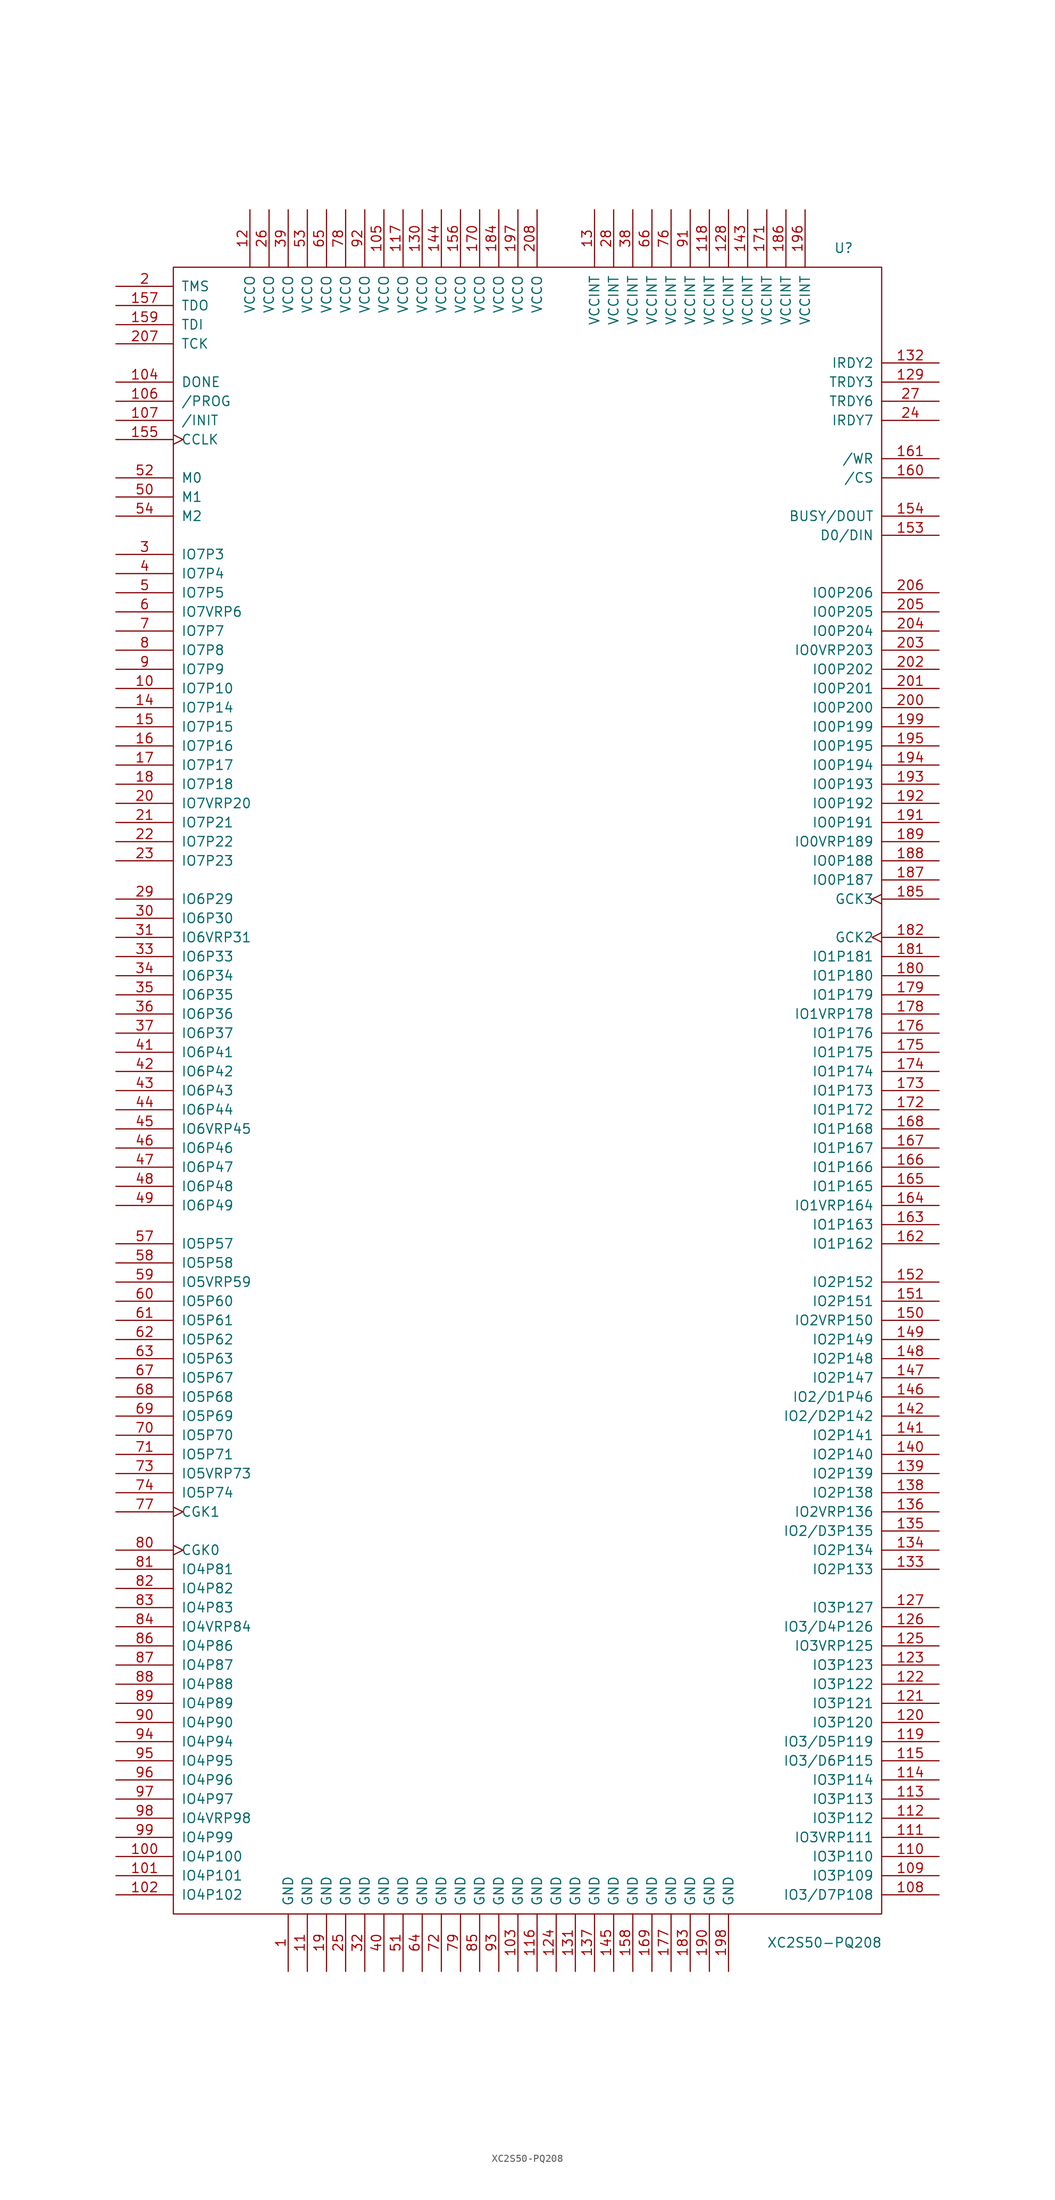
<source format=kicad_sym>
(kicad_symbol_lib
  (version 20211014)
  (generator kicad_symbol_editor)
  (symbol "XC2S50-PQ208"
    (pin_names
      (offset 1.016))
    (property "Reference" "U"
      (at 40.64 111.76 0)
      (effects (font (size 1.27 1.27)) (justify left)))
    (property "Value" "XC2S50-PQ208"
      (at 31.75 -113.03 0)
      (effects (font (size 1.27 1.27)) (justify left)))
    (symbol "XC2S50-PQ208_0_1"
      (rectangle (start -46.99 109.22) (end 46.99 -109.22) (stroke (width 0) (type default) (color 0 0 0 0)) (fill (type none))))
    (symbol "XC2S50-PQ208_1_1"
      (pin passive line (at -31.75 -116.84 90) (length 7.62) (name "GND" (effects (font (size 1.27 1.27)))) (number "1" (effects (font (size 1.27 1.27)))))
      (pin bidirectional line (at -54.61 53.34 0) (length 7.62) (name "IO7P10" (effects (font (size 1.27 1.27)))) (number "10" (effects (font (size 1.27 1.27)))))
      (pin bidirectional line (at -54.61 -101.6 0) (length 7.62) (name "IO4P100" (effects (font (size 1.27 1.27)))) (number "100" (effects (font (size 1.27 1.27)))))
      (pin bidirectional line (at -54.61 -104.14 0) (length 7.62) (name "IO4P101" (effects (font (size 1.27 1.27)))) (number "101" (effects (font (size 1.27 1.27)))))
      (pin bidirectional line (at -54.61 -106.68 0) (length 7.62) (name "IO4P102" (effects (font (size 1.27 1.27)))) (number "102" (effects (font (size 1.27 1.27)))))
      (pin passive line (at -1.27 -116.84 90) (length 7.62) (name "GND" (effects (font (size 1.27 1.27)))) (number "103" (effects (font (size 1.27 1.27)))))
      (pin bidirectional line (at -54.61 93.98 0) (length 7.62) (name "DONE" (effects (font (size 1.27 1.27)))) (number "104" (effects (font (size 1.27 1.27)))))
      (pin passive line (at -19.05 116.84 270) (length 7.62) (name "VCCO" (effects (font (size 1.27 1.27)))) (number "105" (effects (font (size 1.27 1.27)))))
      (pin input line (at -54.61 91.44 0) (length 7.62) (name "/PROG" (effects (font (size 1.27 1.27)))) (number "106" (effects (font (size 1.27 1.27)))))
      (pin bidirectional line (at -54.61 88.9 0) (length 7.62) (name "/INIT" (effects (font (size 1.27 1.27)))) (number "107" (effects (font (size 1.27 1.27)))))
      (pin bidirectional line (at 54.61 -106.68 180) (length 7.62) (name "IO3/D7P108" (effects (font (size 1.27 1.27)))) (number "108" (effects (font (size 1.27 1.27)))))
      (pin bidirectional line (at 54.61 -104.14 180) (length 7.62) (name "IO3P109" (effects (font (size 1.27 1.27)))) (number "109" (effects (font (size 1.27 1.27)))))
      (pin passive line (at -29.21 -116.84 90) (length 7.62) (name "GND" (effects (font (size 1.27 1.27)))) (number "11" (effects (font (size 1.27 1.27)))))
      (pin bidirectional line (at 54.61 -101.6 180) (length 7.62) (name "IO3P110" (effects (font (size 1.27 1.27)))) (number "110" (effects (font (size 1.27 1.27)))))
      (pin bidirectional line (at 54.61 -99.06 180) (length 7.62) (name "IO3VRP111" (effects (font (size 1.27 1.27)))) (number "111" (effects (font (size 1.27 1.27)))))
      (pin bidirectional line (at 54.61 -96.52 180) (length 7.62) (name "IO3P112" (effects (font (size 1.27 1.27)))) (number "112" (effects (font (size 1.27 1.27)))))
      (pin bidirectional line (at 54.61 -93.98 180) (length 7.62) (name "IO3P113" (effects (font (size 1.27 1.27)))) (number "113" (effects (font (size 1.27 1.27)))))
      (pin bidirectional line (at 54.61 -91.44 180) (length 7.62) (name "IO3P114" (effects (font (size 1.27 1.27)))) (number "114" (effects (font (size 1.27 1.27)))))
      (pin bidirectional line (at 54.61 -88.9 180) (length 7.62) (name "IO3/D6P115" (effects (font (size 1.27 1.27)))) (number "115" (effects (font (size 1.27 1.27)))))
      (pin passive line (at 1.27 -116.84 90) (length 7.62) (name "GND" (effects (font (size 1.27 1.27)))) (number "116" (effects (font (size 1.27 1.27)))))
      (pin passive line (at -16.51 116.84 270) (length 7.62) (name "VCCO" (effects (font (size 1.27 1.27)))) (number "117" (effects (font (size 1.27 1.27)))))
      (pin passive line (at 24.13 116.84 270) (length 7.62) (name "VCCINT" (effects (font (size 1.27 1.27)))) (number "118" (effects (font (size 1.27 1.27)))))
      (pin bidirectional line (at 54.61 -86.36 180) (length 7.62) (name "IO3/D5P119" (effects (font (size 1.27 1.27)))) (number "119" (effects (font (size 1.27 1.27)))))
      (pin passive line (at -36.83 116.84 270) (length 7.62) (name "VCCO" (effects (font (size 1.27 1.27)))) (number "12" (effects (font (size 1.27 1.27)))))
      (pin bidirectional line (at 54.61 -83.82 180) (length 7.62) (name "IO3P120" (effects (font (size 1.27 1.27)))) (number "120" (effects (font (size 1.27 1.27)))))
      (pin bidirectional line (at 54.61 -81.28 180) (length 7.62) (name "IO3P121" (effects (font (size 1.27 1.27)))) (number "121" (effects (font (size 1.27 1.27)))))
      (pin bidirectional line (at 54.61 -78.74 180) (length 7.62) (name "IO3P122" (effects (font (size 1.27 1.27)))) (number "122" (effects (font (size 1.27 1.27)))))
      (pin bidirectional line (at 54.61 -76.2 180) (length 7.62) (name "IO3P123" (effects (font (size 1.27 1.27)))) (number "123" (effects (font (size 1.27 1.27)))))
      (pin passive line (at 3.81 -116.84 90) (length 7.62) (name "GND" (effects (font (size 1.27 1.27)))) (number "124" (effects (font (size 1.27 1.27)))))
      (pin bidirectional line (at 54.61 -73.66 180) (length 7.62) (name "IO3VRP125" (effects (font (size 1.27 1.27)))) (number "125" (effects (font (size 1.27 1.27)))))
      (pin bidirectional line (at 54.61 -71.12 180) (length 7.62) (name "IO3/D4P126" (effects (font (size 1.27 1.27)))) (number "126" (effects (font (size 1.27 1.27)))))
      (pin bidirectional line (at 54.61 -68.58 180) (length 7.62) (name "IO3P127" (effects (font (size 1.27 1.27)))) (number "127" (effects (font (size 1.27 1.27)))))
      (pin passive line (at 26.67 116.84 270) (length 7.62) (name "VCCINT" (effects (font (size 1.27 1.27)))) (number "128" (effects (font (size 1.27 1.27)))))
      (pin bidirectional line (at 54.61 93.98 180) (length 7.62) (name "TRDY3" (effects (font (size 1.27 1.27)))) (number "129" (effects (font (size 1.27 1.27)))))
      (pin passive line (at 8.89 116.84 270) (length 7.62) (name "VCCINT" (effects (font (size 1.27 1.27)))) (number "13" (effects (font (size 1.27 1.27)))))
      (pin passive line (at -13.97 116.84 270) (length 7.62) (name "VCCO" (effects (font (size 1.27 1.27)))) (number "130" (effects (font (size 1.27 1.27)))))
      (pin passive line (at 6.35 -116.84 90) (length 7.62) (name "GND" (effects (font (size 1.27 1.27)))) (number "131" (effects (font (size 1.27 1.27)))))
      (pin bidirectional line (at 54.61 96.52 180) (length 7.62) (name "IRDY2" (effects (font (size 1.27 1.27)))) (number "132" (effects (font (size 1.27 1.27)))))
      (pin bidirectional line (at 54.61 -63.5 180) (length 7.62) (name "IO2P133" (effects (font (size 1.27 1.27)))) (number "133" (effects (font (size 1.27 1.27)))))
      (pin bidirectional line (at 54.61 -60.96 180) (length 7.62) (name "IO2P134" (effects (font (size 1.27 1.27)))) (number "134" (effects (font (size 1.27 1.27)))))
      (pin bidirectional line (at 54.61 -58.42 180) (length 7.62) (name "IO2/D3P135" (effects (font (size 1.27 1.27)))) (number "135" (effects (font (size 1.27 1.27)))))
      (pin bidirectional line (at 54.61 -55.88 180) (length 7.62) (name "IO2VRP136" (effects (font (size 1.27 1.27)))) (number "136" (effects (font (size 1.27 1.27)))))
      (pin passive line (at 8.89 -116.84 90) (length 7.62) (name "GND" (effects (font (size 1.27 1.27)))) (number "137" (effects (font (size 1.27 1.27)))))
      (pin bidirectional line (at 54.61 -53.34 180) (length 7.62) (name "IO2P138" (effects (font (size 1.27 1.27)))) (number "138" (effects (font (size 1.27 1.27)))))
      (pin bidirectional line (at 54.61 -50.8 180) (length 7.62) (name "IO2P139" (effects (font (size 1.27 1.27)))) (number "139" (effects (font (size 1.27 1.27)))))
      (pin bidirectional line (at -54.61 50.8 0) (length 7.62) (name "IO7P14" (effects (font (size 1.27 1.27)))) (number "14" (effects (font (size 1.27 1.27)))))
      (pin bidirectional line (at 54.61 -48.26 180) (length 7.62) (name "IO2P140" (effects (font (size 1.27 1.27)))) (number "140" (effects (font (size 1.27 1.27)))))
      (pin bidirectional line (at 54.61 -45.72 180) (length 7.62) (name "IO2P141" (effects (font (size 1.27 1.27)))) (number "141" (effects (font (size 1.27 1.27)))))
      (pin bidirectional line (at 54.61 -43.18 180) (length 7.62) (name "IO2/D2P142" (effects (font (size 1.27 1.27)))) (number "142" (effects (font (size 1.27 1.27)))))
      (pin passive line (at 29.21 116.84 270) (length 7.62) (name "VCCINT" (effects (font (size 1.27 1.27)))) (number "143" (effects (font (size 1.27 1.27)))))
      (pin passive line (at -11.43 116.84 270) (length 7.62) (name "VCCO" (effects (font (size 1.27 1.27)))) (number "144" (effects (font (size 1.27 1.27)))))
      (pin passive line (at 11.43 -116.84 90) (length 7.62) (name "GND" (effects (font (size 1.27 1.27)))) (number "145" (effects (font (size 1.27 1.27)))))
      (pin bidirectional line (at 54.61 -40.64 180) (length 7.62) (name "IO2/D1P46" (effects (font (size 1.27 1.27)))) (number "146" (effects (font (size 1.27 1.27)))))
      (pin bidirectional line (at 54.61 -38.1 180) (length 7.62) (name "IO2P147" (effects (font (size 1.27 1.27)))) (number "147" (effects (font (size 1.27 1.27)))))
      (pin bidirectional line (at 54.61 -35.56 180) (length 7.62) (name "IO2P148" (effects (font (size 1.27 1.27)))) (number "148" (effects (font (size 1.27 1.27)))))
      (pin bidirectional line (at 54.61 -33.02 180) (length 7.62) (name "IO2P149" (effects (font (size 1.27 1.27)))) (number "149" (effects (font (size 1.27 1.27)))))
      (pin bidirectional line (at -54.61 48.26 0) (length 7.62) (name "IO7P15" (effects (font (size 1.27 1.27)))) (number "15" (effects (font (size 1.27 1.27)))))
      (pin bidirectional line (at 54.61 -30.48 180) (length 7.62) (name "IO2VRP150" (effects (font (size 1.27 1.27)))) (number "150" (effects (font (size 1.27 1.27)))))
      (pin bidirectional line (at 54.61 -27.94 180) (length 7.62) (name "IO2P151" (effects (font (size 1.27 1.27)))) (number "151" (effects (font (size 1.27 1.27)))))
      (pin bidirectional line (at 54.61 -25.4 180) (length 7.62) (name "IO2P152" (effects (font (size 1.27 1.27)))) (number "152" (effects (font (size 1.27 1.27)))))
      (pin bidirectional line (at 54.61 73.66 180) (length 7.62) (name "D0/DIN" (effects (font (size 1.27 1.27)))) (number "153" (effects (font (size 1.27 1.27)))))
      (pin bidirectional line (at 54.61 76.2 180) (length 7.62) (name "BUSY/DOUT" (effects (font (size 1.27 1.27)))) (number "154" (effects (font (size 1.27 1.27)))))
      (pin bidirectional clock (at -54.61 86.36 0) (length 7.62) (name "CCLK" (effects (font (size 1.27 1.27)))) (number "155" (effects (font (size 1.27 1.27)))))
      (pin passive line (at -8.89 116.84 270) (length 7.62) (name "VCCO" (effects (font (size 1.27 1.27)))) (number "156" (effects (font (size 1.27 1.27)))))
      (pin bidirectional line (at -54.61 104.14 0) (length 7.62) (name "TDO" (effects (font (size 1.27 1.27)))) (number "157" (effects (font (size 1.27 1.27)))))
      (pin passive line (at 13.97 -116.84 90) (length 7.62) (name "GND" (effects (font (size 1.27 1.27)))) (number "158" (effects (font (size 1.27 1.27)))))
      (pin bidirectional line (at -54.61 101.6 0) (length 7.62) (name "TDI" (effects (font (size 1.27 1.27)))) (number "159" (effects (font (size 1.27 1.27)))))
      (pin bidirectional line (at -54.61 45.72 0) (length 7.62) (name "IO7P16" (effects (font (size 1.27 1.27)))) (number "16" (effects (font (size 1.27 1.27)))))
      (pin bidirectional line (at 54.61 81.28 180) (length 7.62) (name "/CS" (effects (font (size 1.27 1.27)))) (number "160" (effects (font (size 1.27 1.27)))))
      (pin bidirectional line (at 54.61 83.82 180) (length 7.62) (name "/WR" (effects (font (size 1.27 1.27)))) (number "161" (effects (font (size 1.27 1.27)))))
      (pin bidirectional line (at 54.61 -20.32 180) (length 7.62) (name "IO1P162" (effects (font (size 1.27 1.27)))) (number "162" (effects (font (size 1.27 1.27)))))
      (pin bidirectional line (at 54.61 -17.78 180) (length 7.62) (name "IO1P163" (effects (font (size 1.27 1.27)))) (number "163" (effects (font (size 1.27 1.27)))))
      (pin bidirectional line (at 54.61 -15.24 180) (length 7.62) (name "IO1VRP164" (effects (font (size 1.27 1.27)))) (number "164" (effects (font (size 1.27 1.27)))))
      (pin bidirectional line (at 54.61 -12.7 180) (length 7.62) (name "IO1P165" (effects (font (size 1.27 1.27)))) (number "165" (effects (font (size 1.27 1.27)))))
      (pin bidirectional line (at 54.61 -10.16 180) (length 7.62) (name "IO1P166" (effects (font (size 1.27 1.27)))) (number "166" (effects (font (size 1.27 1.27)))))
      (pin bidirectional line (at 54.61 -7.62 180) (length 7.62) (name "IO1P167" (effects (font (size 1.27 1.27)))) (number "167" (effects (font (size 1.27 1.27)))))
      (pin bidirectional line (at 54.61 -5.08 180) (length 7.62) (name "IO1P168" (effects (font (size 1.27 1.27)))) (number "168" (effects (font (size 1.27 1.27)))))
      (pin passive line (at 16.51 -116.84 90) (length 7.62) (name "GND" (effects (font (size 1.27 1.27)))) (number "169" (effects (font (size 1.27 1.27)))))
      (pin bidirectional line (at -54.61 43.18 0) (length 7.62) (name "IO7P17" (effects (font (size 1.27 1.27)))) (number "17" (effects (font (size 1.27 1.27)))))
      (pin passive line (at -6.35 116.84 270) (length 7.62) (name "VCCO" (effects (font (size 1.27 1.27)))) (number "170" (effects (font (size 1.27 1.27)))))
      (pin passive line (at 31.75 116.84 270) (length 7.62) (name "VCCINT" (effects (font (size 1.27 1.27)))) (number "171" (effects (font (size 1.27 1.27)))))
      (pin bidirectional line (at 54.61 -2.54 180) (length 7.62) (name "IO1P172" (effects (font (size 1.27 1.27)))) (number "172" (effects (font (size 1.27 1.27)))))
      (pin bidirectional line (at 54.61 0 180) (length 7.62) (name "IO1P173" (effects (font (size 1.27 1.27)))) (number "173" (effects (font (size 1.27 1.27)))))
      (pin bidirectional line (at 54.61 2.54 180) (length 7.62) (name "IO1P174" (effects (font (size 1.27 1.27)))) (number "174" (effects (font (size 1.27 1.27)))))
      (pin bidirectional line (at 54.61 5.08 180) (length 7.62) (name "IO1P175" (effects (font (size 1.27 1.27)))) (number "175" (effects (font (size 1.27 1.27)))))
      (pin bidirectional line (at 54.61 7.62 180) (length 7.62) (name "IO1P176" (effects (font (size 1.27 1.27)))) (number "176" (effects (font (size 1.27 1.27)))))
      (pin passive line (at 19.05 -116.84 90) (length 7.62) (name "GND" (effects (font (size 1.27 1.27)))) (number "177" (effects (font (size 1.27 1.27)))))
      (pin bidirectional line (at 54.61 10.16 180) (length 7.62) (name "IO1VRP178" (effects (font (size 1.27 1.27)))) (number "178" (effects (font (size 1.27 1.27)))))
      (pin bidirectional line (at 54.61 12.7 180) (length 7.62) (name "IO1P179" (effects (font (size 1.27 1.27)))) (number "179" (effects (font (size 1.27 1.27)))))
      (pin bidirectional line (at -54.61 40.64 0) (length 7.62) (name "IO7P18" (effects (font (size 1.27 1.27)))) (number "18" (effects (font (size 1.27 1.27)))))
      (pin bidirectional line (at 54.61 15.24 180) (length 7.62) (name "IO1P180" (effects (font (size 1.27 1.27)))) (number "180" (effects (font (size 1.27 1.27)))))
      (pin bidirectional line (at 54.61 17.78 180) (length 7.62) (name "IO1P181" (effects (font (size 1.27 1.27)))) (number "181" (effects (font (size 1.27 1.27)))))
      (pin input clock (at 54.61 20.32 180) (length 7.62) (name "GCK2" (effects (font (size 1.27 1.27)))) (number "182" (effects (font (size 1.27 1.27)))))
      (pin passive line (at 21.59 -116.84 90) (length 7.62) (name "GND" (effects (font (size 1.27 1.27)))) (number "183" (effects (font (size 1.27 1.27)))))
      (pin passive line (at -3.81 116.84 270) (length 7.62) (name "VCCO" (effects (font (size 1.27 1.27)))) (number "184" (effects (font (size 1.27 1.27)))))
      (pin input clock (at 54.61 25.4 180) (length 7.62) (name "GCK3" (effects (font (size 1.27 1.27)))) (number "185" (effects (font (size 1.27 1.27)))))
      (pin passive line (at 34.29 116.84 270) (length 7.62) (name "VCCINT" (effects (font (size 1.27 1.27)))) (number "186" (effects (font (size 1.27 1.27)))))
      (pin bidirectional line (at 54.61 27.94 180) (length 7.62) (name "IO0P187" (effects (font (size 1.27 1.27)))) (number "187" (effects (font (size 1.27 1.27)))))
      (pin bidirectional line (at 54.61 30.48 180) (length 7.62) (name "IO0P188" (effects (font (size 1.27 1.27)))) (number "188" (effects (font (size 1.27 1.27)))))
      (pin bidirectional line (at 54.61 33.02 180) (length 7.62) (name "IO0VRP189" (effects (font (size 1.27 1.27)))) (number "189" (effects (font (size 1.27 1.27)))))
      (pin passive line (at -26.67 -116.84 90) (length 7.62) (name "GND" (effects (font (size 1.27 1.27)))) (number "19" (effects (font (size 1.27 1.27)))))
      (pin passive line (at 24.13 -116.84 90) (length 7.62) (name "GND" (effects (font (size 1.27 1.27)))) (number "190" (effects (font (size 1.27 1.27)))))
      (pin bidirectional line (at 54.61 35.56 180) (length 7.62) (name "IO0P191" (effects (font (size 1.27 1.27)))) (number "191" (effects (font (size 1.27 1.27)))))
      (pin bidirectional line (at 54.61 38.1 180) (length 7.62) (name "IO0P192" (effects (font (size 1.27 1.27)))) (number "192" (effects (font (size 1.27 1.27)))))
      (pin bidirectional line (at 54.61 40.64 180) (length 7.62) (name "IO0P193" (effects (font (size 1.27 1.27)))) (number "193" (effects (font (size 1.27 1.27)))))
      (pin bidirectional line (at 54.61 43.18 180) (length 7.62) (name "IO0P194" (effects (font (size 1.27 1.27)))) (number "194" (effects (font (size 1.27 1.27)))))
      (pin bidirectional line (at 54.61 45.72 180) (length 7.62) (name "IO0P195" (effects (font (size 1.27 1.27)))) (number "195" (effects (font (size 1.27 1.27)))))
      (pin passive line (at 36.83 116.84 270) (length 7.62) (name "VCCINT" (effects (font (size 1.27 1.27)))) (number "196" (effects (font (size 1.27 1.27)))))
      (pin passive line (at -1.27 116.84 270) (length 7.62) (name "VCCO" (effects (font (size 1.27 1.27)))) (number "197" (effects (font (size 1.27 1.27)))))
      (pin passive line (at 26.67 -116.84 90) (length 7.62) (name "GND" (effects (font (size 1.27 1.27)))) (number "198" (effects (font (size 1.27 1.27)))))
      (pin bidirectional line (at 54.61 48.26 180) (length 7.62) (name "IO0P199" (effects (font (size 1.27 1.27)))) (number "199" (effects (font (size 1.27 1.27)))))
      (pin bidirectional line (at -54.61 106.68 0) (length 7.62) (name "TMS" (effects (font (size 1.27 1.27)))) (number "2" (effects (font (size 1.27 1.27)))))
      (pin bidirectional line (at -54.61 38.1 0) (length 7.62) (name "IO7VRP20" (effects (font (size 1.27 1.27)))) (number "20" (effects (font (size 1.27 1.27)))))
      (pin bidirectional line (at 54.61 50.8 180) (length 7.62) (name "IO0P200" (effects (font (size 1.27 1.27)))) (number "200" (effects (font (size 1.27 1.27)))))
      (pin bidirectional line (at 54.61 53.34 180) (length 7.62) (name "IO0P201" (effects (font (size 1.27 1.27)))) (number "201" (effects (font (size 1.27 1.27)))))
      (pin bidirectional line (at 54.61 55.88 180) (length 7.62) (name "IO0P202" (effects (font (size 1.27 1.27)))) (number "202" (effects (font (size 1.27 1.27)))))
      (pin bidirectional line (at 54.61 58.42 180) (length 7.62) (name "IO0VRP203" (effects (font (size 1.27 1.27)))) (number "203" (effects (font (size 1.27 1.27)))))
      (pin bidirectional line (at 54.61 60.96 180) (length 7.62) (name "IO0P204" (effects (font (size 1.27 1.27)))) (number "204" (effects (font (size 1.27 1.27)))))
      (pin bidirectional line (at 54.61 63.5 180) (length 7.62) (name "IO0P205" (effects (font (size 1.27 1.27)))) (number "205" (effects (font (size 1.27 1.27)))))
      (pin bidirectional line (at 54.61 66.04 180) (length 7.62) (name "IO0P206" (effects (font (size 1.27 1.27)))) (number "206" (effects (font (size 1.27 1.27)))))
      (pin bidirectional line (at -54.61 99.06 0) (length 7.62) (name "TCK" (effects (font (size 1.27 1.27)))) (number "207" (effects (font (size 1.27 1.27)))))
      (pin passive line (at 1.27 116.84 270) (length 7.62) (name "VCCO" (effects (font (size 1.27 1.27)))) (number "208" (effects (font (size 1.27 1.27)))))
      (pin bidirectional line (at -54.61 35.56 0) (length 7.62) (name "IO7P21" (effects (font (size 1.27 1.27)))) (number "21" (effects (font (size 1.27 1.27)))))
      (pin bidirectional line (at -54.61 33.02 0) (length 7.62) (name "IO7P22" (effects (font (size 1.27 1.27)))) (number "22" (effects (font (size 1.27 1.27)))))
      (pin bidirectional line (at -54.61 30.48 0) (length 7.62) (name "IO7P23" (effects (font (size 1.27 1.27)))) (number "23" (effects (font (size 1.27 1.27)))))
      (pin bidirectional line (at 54.61 88.9 180) (length 7.62) (name "IRDY7" (effects (font (size 1.27 1.27)))) (number "24" (effects (font (size 1.27 1.27)))))
      (pin passive line (at -24.13 -116.84 90) (length 7.62) (name "GND" (effects (font (size 1.27 1.27)))) (number "25" (effects (font (size 1.27 1.27)))))
      (pin passive line (at -34.29 116.84 270) (length 7.62) (name "VCCO" (effects (font (size 1.27 1.27)))) (number "26" (effects (font (size 1.27 1.27)))))
      (pin bidirectional line (at 54.61 91.44 180) (length 7.62) (name "TRDY6" (effects (font (size 1.27 1.27)))) (number "27" (effects (font (size 1.27 1.27)))))
      (pin passive line (at 11.43 116.84 270) (length 7.62) (name "VCCINT" (effects (font (size 1.27 1.27)))) (number "28" (effects (font (size 1.27 1.27)))))
      (pin bidirectional line (at -54.61 25.4 0) (length 7.62) (name "IO6P29" (effects (font (size 1.27 1.27)))) (number "29" (effects (font (size 1.27 1.27)))))
      (pin bidirectional line (at -54.61 71.12 0) (length 7.62) (name "IO7P3" (effects (font (size 1.27 1.27)))) (number "3" (effects (font (size 1.27 1.27)))))
      (pin bidirectional line (at -54.61 22.86 0) (length 7.62) (name "IO6P30" (effects (font (size 1.27 1.27)))) (number "30" (effects (font (size 1.27 1.27)))))
      (pin bidirectional line (at -54.61 20.32 0) (length 7.62) (name "IO6VRP31" (effects (font (size 1.27 1.27)))) (number "31" (effects (font (size 1.27 1.27)))))
      (pin passive line (at -21.59 -116.84 90) (length 7.62) (name "GND" (effects (font (size 1.27 1.27)))) (number "32" (effects (font (size 1.27 1.27)))))
      (pin bidirectional line (at -54.61 17.78 0) (length 7.62) (name "IO6P33" (effects (font (size 1.27 1.27)))) (number "33" (effects (font (size 1.27 1.27)))))
      (pin bidirectional line (at -54.61 15.24 0) (length 7.62) (name "IO6P34" (effects (font (size 1.27 1.27)))) (number "34" (effects (font (size 1.27 1.27)))))
      (pin bidirectional line (at -54.61 12.7 0) (length 7.62) (name "IO6P35" (effects (font (size 1.27 1.27)))) (number "35" (effects (font (size 1.27 1.27)))))
      (pin bidirectional line (at -54.61 10.16 0) (length 7.62) (name "IO6P36" (effects (font (size 1.27 1.27)))) (number "36" (effects (font (size 1.27 1.27)))))
      (pin bidirectional line (at -54.61 7.62 0) (length 7.62) (name "IO6P37" (effects (font (size 1.27 1.27)))) (number "37" (effects (font (size 1.27 1.27)))))
      (pin passive line (at 13.97 116.84 270) (length 7.62) (name "VCCINT" (effects (font (size 1.27 1.27)))) (number "38" (effects (font (size 1.27 1.27)))))
      (pin passive line (at -31.75 116.84 270) (length 7.62) (name "VCCO" (effects (font (size 1.27 1.27)))) (number "39" (effects (font (size 1.27 1.27)))))
      (pin bidirectional line (at -54.61 68.58 0) (length 7.62) (name "IO7P4" (effects (font (size 1.27 1.27)))) (number "4" (effects (font (size 1.27 1.27)))))
      (pin passive line (at -19.05 -116.84 90) (length 7.62) (name "GND" (effects (font (size 1.27 1.27)))) (number "40" (effects (font (size 1.27 1.27)))))
      (pin bidirectional line (at -54.61 5.08 0) (length 7.62) (name "IO6P41" (effects (font (size 1.27 1.27)))) (number "41" (effects (font (size 1.27 1.27)))))
      (pin bidirectional line (at -54.61 2.54 0) (length 7.62) (name "IO6P42" (effects (font (size 1.27 1.27)))) (number "42" (effects (font (size 1.27 1.27)))))
      (pin bidirectional line (at -54.61 0 0) (length 7.62) (name "IO6P43" (effects (font (size 1.27 1.27)))) (number "43" (effects (font (size 1.27 1.27)))))
      (pin bidirectional line (at -54.61 -2.54 0) (length 7.62) (name "IO6P44" (effects (font (size 1.27 1.27)))) (number "44" (effects (font (size 1.27 1.27)))))
      (pin bidirectional line (at -54.61 -5.08 0) (length 7.62) (name "IO6VRP45" (effects (font (size 1.27 1.27)))) (number "45" (effects (font (size 1.27 1.27)))))
      (pin bidirectional line (at -54.61 -7.62 0) (length 7.62) (name "IO6P46" (effects (font (size 1.27 1.27)))) (number "46" (effects (font (size 1.27 1.27)))))
      (pin bidirectional line (at -54.61 -10.16 0) (length 7.62) (name "IO6P47" (effects (font (size 1.27 1.27)))) (number "47" (effects (font (size 1.27 1.27)))))
      (pin bidirectional line (at -54.61 -12.7 0) (length 7.62) (name "IO6P48" (effects (font (size 1.27 1.27)))) (number "48" (effects (font (size 1.27 1.27)))))
      (pin bidirectional line (at -54.61 -15.24 0) (length 7.62) (name "IO6P49" (effects (font (size 1.27 1.27)))) (number "49" (effects (font (size 1.27 1.27)))))
      (pin bidirectional line (at -54.61 66.04 0) (length 7.62) (name "IO7P5" (effects (font (size 1.27 1.27)))) (number "5" (effects (font (size 1.27 1.27)))))
      (pin input line (at -54.61 78.74 0) (length 7.62) (name "M1" (effects (font (size 1.27 1.27)))) (number "50" (effects (font (size 1.27 1.27)))))
      (pin passive line (at -16.51 -116.84 90) (length 7.62) (name "GND" (effects (font (size 1.27 1.27)))) (number "51" (effects (font (size 1.27 1.27)))))
      (pin input line (at -54.61 81.28 0) (length 7.62) (name "M0" (effects (font (size 1.27 1.27)))) (number "52" (effects (font (size 1.27 1.27)))))
      (pin passive line (at -29.21 116.84 270) (length 7.62) (name "VCCO" (effects (font (size 1.27 1.27)))) (number "53" (effects (font (size 1.27 1.27)))))
      (pin input line (at -54.61 76.2 0) (length 7.62) (name "M2" (effects (font (size 1.27 1.27)))) (number "54" (effects (font (size 1.27 1.27)))))
      (pin bidirectional line (at -54.61 -20.32 0) (length 7.62) (name "IO5P57" (effects (font (size 1.27 1.27)))) (number "57" (effects (font (size 1.27 1.27)))))
      (pin bidirectional line (at -54.61 -22.86 0) (length 7.62) (name "IO5P58" (effects (font (size 1.27 1.27)))) (number "58" (effects (font (size 1.27 1.27)))))
      (pin bidirectional line (at -54.61 -25.4 0) (length 7.62) (name "IO5VRP59" (effects (font (size 1.27 1.27)))) (number "59" (effects (font (size 1.27 1.27)))))
      (pin bidirectional line (at -54.61 63.5 0) (length 7.62) (name "IO7VRP6" (effects (font (size 1.27 1.27)))) (number "6" (effects (font (size 1.27 1.27)))))
      (pin bidirectional line (at -54.61 -27.94 0) (length 7.62) (name "IO5P60" (effects (font (size 1.27 1.27)))) (number "60" (effects (font (size 1.27 1.27)))))
      (pin bidirectional line (at -54.61 -30.48 0) (length 7.62) (name "IO5P61" (effects (font (size 1.27 1.27)))) (number "61" (effects (font (size 1.27 1.27)))))
      (pin bidirectional line (at -54.61 -33.02 0) (length 7.62) (name "IO5P62" (effects (font (size 1.27 1.27)))) (number "62" (effects (font (size 1.27 1.27)))))
      (pin bidirectional line (at -54.61 -35.56 0) (length 7.62) (name "IO5P63" (effects (font (size 1.27 1.27)))) (number "63" (effects (font (size 1.27 1.27)))))
      (pin passive line (at -13.97 -116.84 90) (length 7.62) (name "GND" (effects (font (size 1.27 1.27)))) (number "64" (effects (font (size 1.27 1.27)))))
      (pin passive line (at -26.67 116.84 270) (length 7.62) (name "VCCO" (effects (font (size 1.27 1.27)))) (number "65" (effects (font (size 1.27 1.27)))))
      (pin passive line (at 16.51 116.84 270) (length 7.62) (name "VCCINT" (effects (font (size 1.27 1.27)))) (number "66" (effects (font (size 1.27 1.27)))))
      (pin bidirectional line (at -54.61 -38.1 0) (length 7.62) (name "IO5P67" (effects (font (size 1.27 1.27)))) (number "67" (effects (font (size 1.27 1.27)))))
      (pin bidirectional line (at -54.61 -40.64 0) (length 7.62) (name "IO5P68" (effects (font (size 1.27 1.27)))) (number "68" (effects (font (size 1.27 1.27)))))
      (pin bidirectional line (at -54.61 -43.18 0) (length 7.62) (name "IO5P69" (effects (font (size 1.27 1.27)))) (number "69" (effects (font (size 1.27 1.27)))))
      (pin bidirectional line (at -54.61 60.96 0) (length 7.62) (name "IO7P7" (effects (font (size 1.27 1.27)))) (number "7" (effects (font (size 1.27 1.27)))))
      (pin bidirectional line (at -54.61 -45.72 0) (length 7.62) (name "IO5P70" (effects (font (size 1.27 1.27)))) (number "70" (effects (font (size 1.27 1.27)))))
      (pin bidirectional line (at -54.61 -48.26 0) (length 7.62) (name "IO5P71" (effects (font (size 1.27 1.27)))) (number "71" (effects (font (size 1.27 1.27)))))
      (pin passive line (at -11.43 -116.84 90) (length 7.62) (name "GND" (effects (font (size 1.27 1.27)))) (number "72" (effects (font (size 1.27 1.27)))))
      (pin bidirectional line (at -54.61 -50.8 0) (length 7.62) (name "IO5VRP73" (effects (font (size 1.27 1.27)))) (number "73" (effects (font (size 1.27 1.27)))))
      (pin bidirectional line (at -54.61 -53.34 0) (length 7.62) (name "IO5P74" (effects (font (size 1.27 1.27)))) (number "74" (effects (font (size 1.27 1.27)))))
      (pin passive line (at 19.05 116.84 270) (length 7.62) (name "VCCINT" (effects (font (size 1.27 1.27)))) (number "76" (effects (font (size 1.27 1.27)))))
      (pin input clock (at -54.61 -55.88 0) (length 7.62) (name "CGK1" (effects (font (size 1.27 1.27)))) (number "77" (effects (font (size 1.27 1.27)))))
      (pin passive line (at -24.13 116.84 270) (length 7.62) (name "VCCO" (effects (font (size 1.27 1.27)))) (number "78" (effects (font (size 1.27 1.27)))))
      (pin passive line (at -8.89 -116.84 90) (length 7.62) (name "GND" (effects (font (size 1.27 1.27)))) (number "79" (effects (font (size 1.27 1.27)))))
      (pin bidirectional line (at -54.61 58.42 0) (length 7.62) (name "IO7P8" (effects (font (size 1.27 1.27)))) (number "8" (effects (font (size 1.27 1.27)))))
      (pin input clock (at -54.61 -60.96 0) (length 7.62) (name "CGK0" (effects (font (size 1.27 1.27)))) (number "80" (effects (font (size 1.27 1.27)))))
      (pin bidirectional line (at -54.61 -63.5 0) (length 7.62) (name "IO4P81" (effects (font (size 1.27 1.27)))) (number "81" (effects (font (size 1.27 1.27)))))
      (pin bidirectional line (at -54.61 -66.04 0) (length 7.62) (name "IO4P82" (effects (font (size 1.27 1.27)))) (number "82" (effects (font (size 1.27 1.27)))))
      (pin bidirectional line (at -54.61 -68.58 0) (length 7.62) (name "IO4P83" (effects (font (size 1.27 1.27)))) (number "83" (effects (font (size 1.27 1.27)))))
      (pin bidirectional line (at -54.61 -71.12 0) (length 7.62) (name "IO4VRP84" (effects (font (size 1.27 1.27)))) (number "84" (effects (font (size 1.27 1.27)))))
      (pin passive line (at -6.35 -116.84 90) (length 7.62) (name "GND" (effects (font (size 1.27 1.27)))) (number "85" (effects (font (size 1.27 1.27)))))
      (pin bidirectional line (at -54.61 -73.66 0) (length 7.62) (name "IO4P86" (effects (font (size 1.27 1.27)))) (number "86" (effects (font (size 1.27 1.27)))))
      (pin bidirectional line (at -54.61 -76.2 0) (length 7.62) (name "IO4P87" (effects (font (size 1.27 1.27)))) (number "87" (effects (font (size 1.27 1.27)))))
      (pin bidirectional line (at -54.61 -78.74 0) (length 7.62) (name "IO4P88" (effects (font (size 1.27 1.27)))) (number "88" (effects (font (size 1.27 1.27)))))
      (pin bidirectional line (at -54.61 -81.28 0) (length 7.62) (name "IO4P89" (effects (font (size 1.27 1.27)))) (number "89" (effects (font (size 1.27 1.27)))))
      (pin bidirectional line (at -54.61 55.88 0) (length 7.62) (name "IO7P9" (effects (font (size 1.27 1.27)))) (number "9" (effects (font (size 1.27 1.27)))))
      (pin bidirectional line (at -54.61 -83.82 0) (length 7.62) (name "IO4P90" (effects (font (size 1.27 1.27)))) (number "90" (effects (font (size 1.27 1.27)))))
      (pin passive line (at 21.59 116.84 270) (length 7.62) (name "VCCINT" (effects (font (size 1.27 1.27)))) (number "91" (effects (font (size 1.27 1.27)))))
      (pin passive line (at -21.59 116.84 270) (length 7.62) (name "VCCO" (effects (font (size 1.27 1.27)))) (number "92" (effects (font (size 1.27 1.27)))))
      (pin passive line (at -3.81 -116.84 90) (length 7.62) (name "GND" (effects (font (size 1.27 1.27)))) (number "93" (effects (font (size 1.27 1.27)))))
      (pin bidirectional line (at -54.61 -86.36 0) (length 7.62) (name "IO4P94" (effects (font (size 1.27 1.27)))) (number "94" (effects (font (size 1.27 1.27)))))
      (pin bidirectional line (at -54.61 -88.9 0) (length 7.62) (name "IO4P95" (effects (font (size 1.27 1.27)))) (number "95" (effects (font (size 1.27 1.27)))))
      (pin bidirectional line (at -54.61 -91.44 0) (length 7.62) (name "IO4P96" (effects (font (size 1.27 1.27)))) (number "96" (effects (font (size 1.27 1.27)))))
      (pin bidirectional line (at -54.61 -93.98 0) (length 7.62) (name "IO4P97" (effects (font (size 1.27 1.27)))) (number "97" (effects (font (size 1.27 1.27)))))
      (pin bidirectional line (at -54.61 -96.52 0) (length 7.62) (name "IO4VRP98" (effects (font (size 1.27 1.27)))) (number "98" (effects (font (size 1.27 1.27)))))
      (pin bidirectional line (at -54.61 -99.06 0) (length 7.62) (name "IO4P99" (effects (font (size 1.27 1.27)))) (number "99" (effects (font (size 1.27 1.27))))))))
</source>
